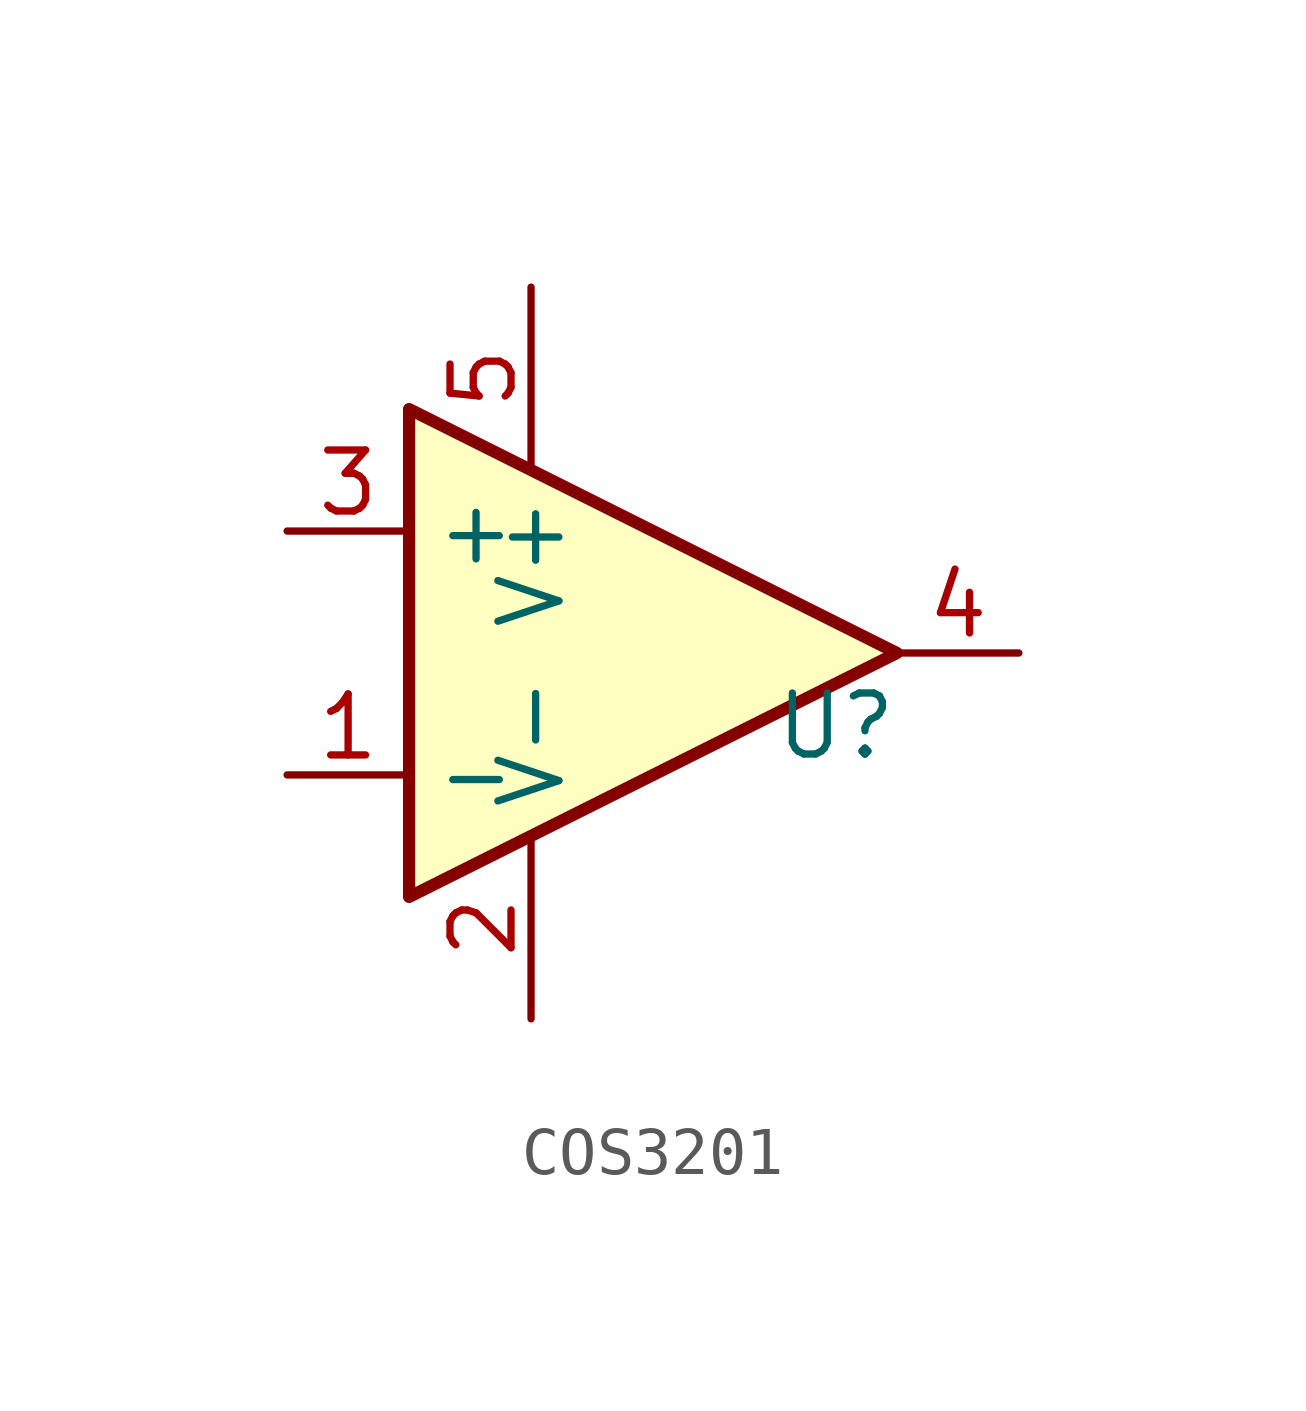
<source format=kicad_sym>
(kicad_symbol_lib
  (version 20241209)
  (generator "kicad_symbol_editor")
  (generator_version "9.0")
  (symbol "COS3201"
    (property "Reference" "U"
      (at -1.27 -1.524 0)
      (effects (font (size 1.27 1.27))))
    (property "Value" ""
      (at 0 0 0)
      (effects (font (size 1.27 1.27))))
    (symbol "COS3201_0_1"
      (polyline (pts (xy -10.16 5.08) (xy 0 0) (xy -10.16 -5.08) (xy -10.16 5.08)) (stroke (width 0.254) (type default)) (fill (type background))))
    (symbol "COS3201_1_1"
      (pin input line (at -12.7 2.54 0) (length 2.54) (name "+" (effects (font (size 1.27 1.27)))) (number "3" (effects (font (size 1.27 1.27)))))
      (pin input line (at -12.7 -2.54 0) (length 2.54) (name "-" (effects (font (size 1.27 1.27)))) (number "1" (effects (font (size 1.27 1.27)))))
      (pin power_in line (at -7.62 7.62 270) (length 3.81) (name "V+" (effects (font (size 1.27 1.27)))) (number "5" (effects (font (size 1.27 1.27)))))
      (pin power_in line (at -7.62 -7.62 90) (length 3.81) (name "V-" (effects (font (size 1.27 1.27)))) (number "2" (effects (font (size 1.27 1.27)))))
      (pin open_collector line (at 2.54 0 180) (length 2.54) (name "~" (effects (font (size 1.27 1.27)))) (number "4" (effects (font (size 1.27 1.27))))))))
</source>
